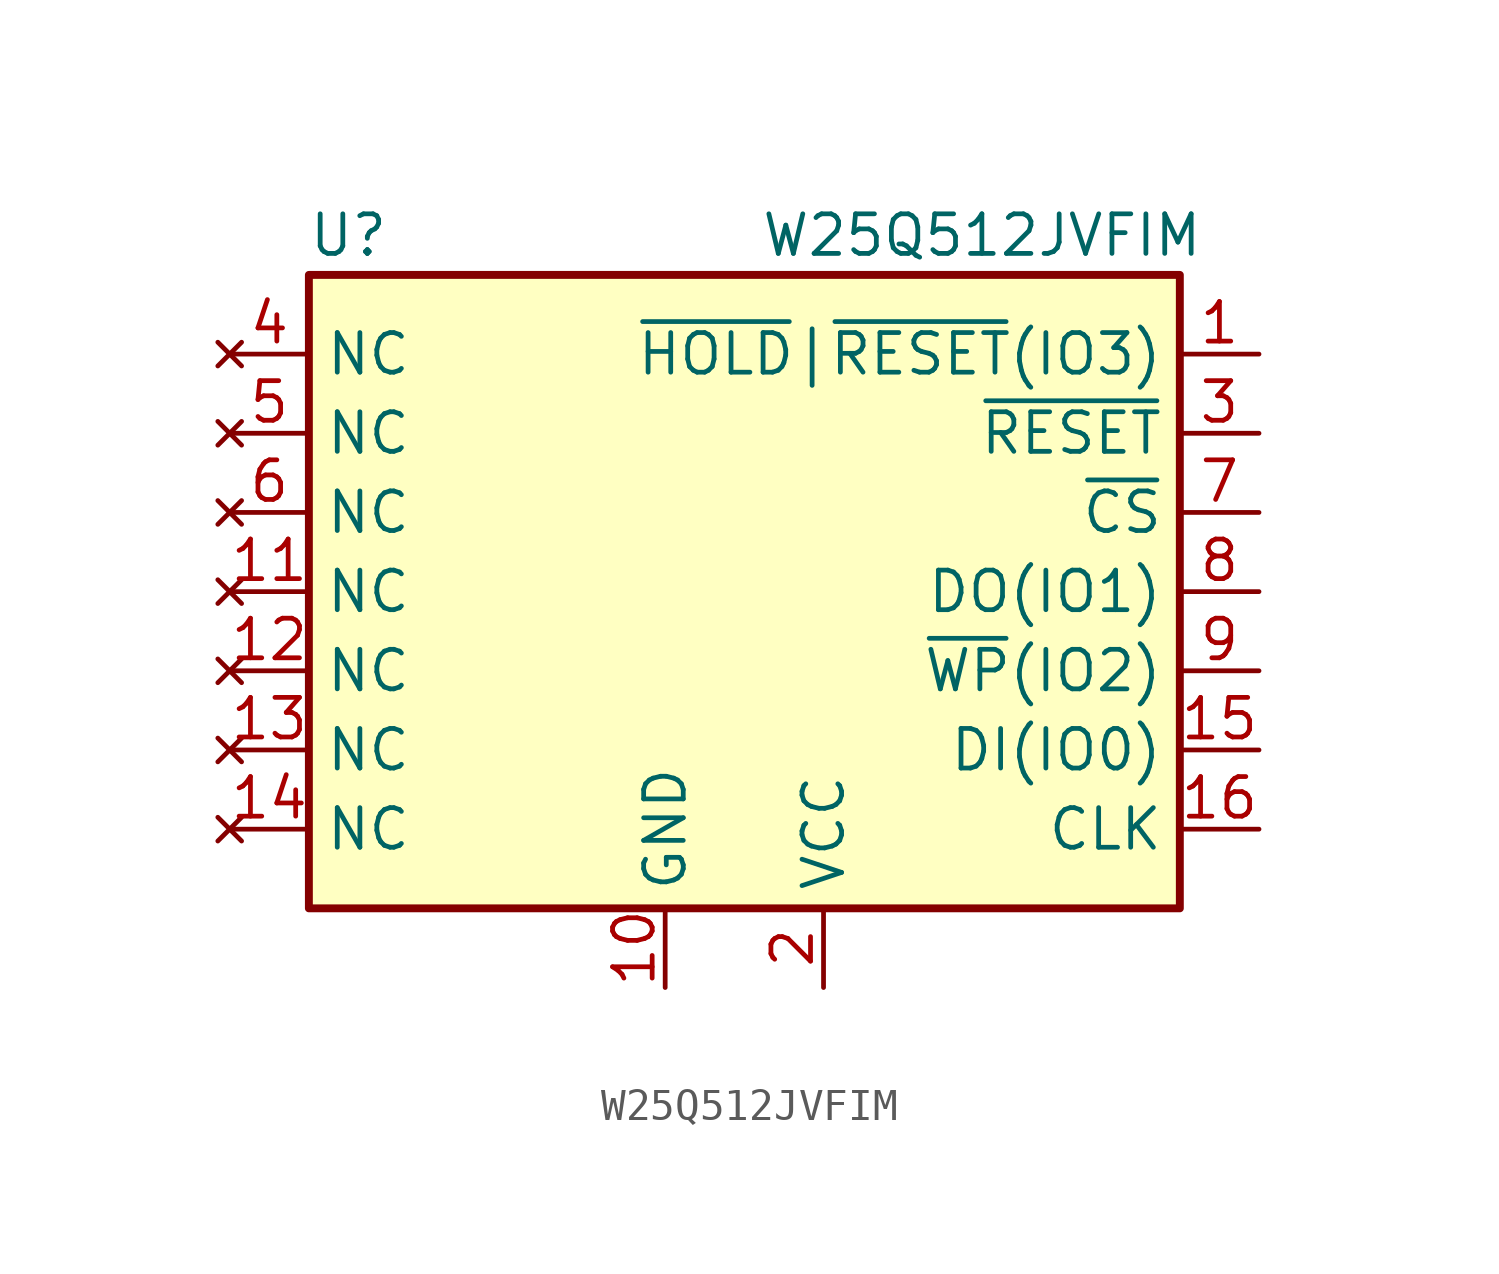
<source format=kicad_sym>
(kicad_symbol_lib
  (version 20211014)
  (generator kicad_symbol_editor)
  (symbol "W25Q512JVFIM"
    (property "Reference" "U"
      (at -12.7 11.43 0)
      (effects (font (size 1.27 1.27))))
    (property "Value" "W25Q512JVFIM"
      (at 7.62 11.43 0)
      (effects (font (size 1.27 1.27))))
    (symbol "W25Q512JVFIM_0_1"
      (rectangle (start -13.97 10.16) (end 13.97 -10.16) (stroke (width 0.254) (type default) (color 0 0 0 0)) (fill (type background))))
    (symbol "W25Q512JVFIM_1_1"
      (pin bidirectional line (at 16.51 7.62 180) (length 2.54) (name "~{HOLD}|~{RESET}(IO3)" (effects (font (size 1.27 1.27)))) (number "1" (effects (font (size 1.27 1.27)))))
      (pin power_in line (at -2.54 -12.7 90) (length 2.54) (name "GND" (effects (font (size 1.27 1.27)))) (number "10" (effects (font (size 1.27 1.27)))))
      (pin no_connect line (at -16.51 0 0) (length 2.54) (name "NC" (effects (font (size 1.27 1.27)))) (number "11" (effects (font (size 1.27 1.27)))))
      (pin no_connect line (at -16.51 -2.54 0) (length 2.54) (name "NC" (effects (font (size 1.27 1.27)))) (number "12" (effects (font (size 1.27 1.27)))))
      (pin no_connect line (at -16.51 -5.08 0) (length 2.54) (name "NC" (effects (font (size 1.27 1.27)))) (number "13" (effects (font (size 1.27 1.27)))))
      (pin no_connect line (at -16.51 -7.62 0) (length 2.54) (name "NC" (effects (font (size 1.27 1.27)))) (number "14" (effects (font (size 1.27 1.27)))))
      (pin bidirectional line (at 16.51 -5.08 180) (length 2.54) (name "DI(IO0)" (effects (font (size 1.27 1.27)))) (number "15" (effects (font (size 1.27 1.27)))))
      (pin input line (at 16.51 -7.62 180) (length 2.54) (name "CLK" (effects (font (size 1.27 1.27)))) (number "16" (effects (font (size 1.27 1.27)))))
      (pin power_in line (at 2.54 -12.7 90) (length 2.54) (name "VCC" (effects (font (size 1.27 1.27)))) (number "2" (effects (font (size 1.27 1.27)))))
      (pin input line (at 16.51 5.08 180) (length 2.54) (name "~{RESET}" (effects (font (size 1.27 1.27)))) (number "3" (effects (font (size 1.27 1.27)))))
      (pin no_connect line (at -16.51 7.62 0) (length 2.54) (name "NC" (effects (font (size 1.27 1.27)))) (number "4" (effects (font (size 1.27 1.27)))))
      (pin no_connect line (at -16.51 5.08 0) (length 2.54) (name "NC" (effects (font (size 1.27 1.27)))) (number "5" (effects (font (size 1.27 1.27)))))
      (pin no_connect line (at -16.51 2.54 0) (length 2.54) (name "NC" (effects (font (size 1.27 1.27)))) (number "6" (effects (font (size 1.27 1.27)))))
      (pin input line (at 16.51 2.54 180) (length 2.54) (name "~{CS}" (effects (font (size 1.27 1.27)))) (number "7" (effects (font (size 1.27 1.27)))))
      (pin bidirectional line (at 16.51 0 180) (length 2.54) (name "DO(IO1)" (effects (font (size 1.27 1.27)))) (number "8" (effects (font (size 1.27 1.27)))))
      (pin bidirectional line (at 16.51 -2.54 180) (length 2.54) (name "~{WP}(IO2)" (effects (font (size 1.27 1.27)))) (number "9" (effects (font (size 1.27 1.27))))))))
</source>
